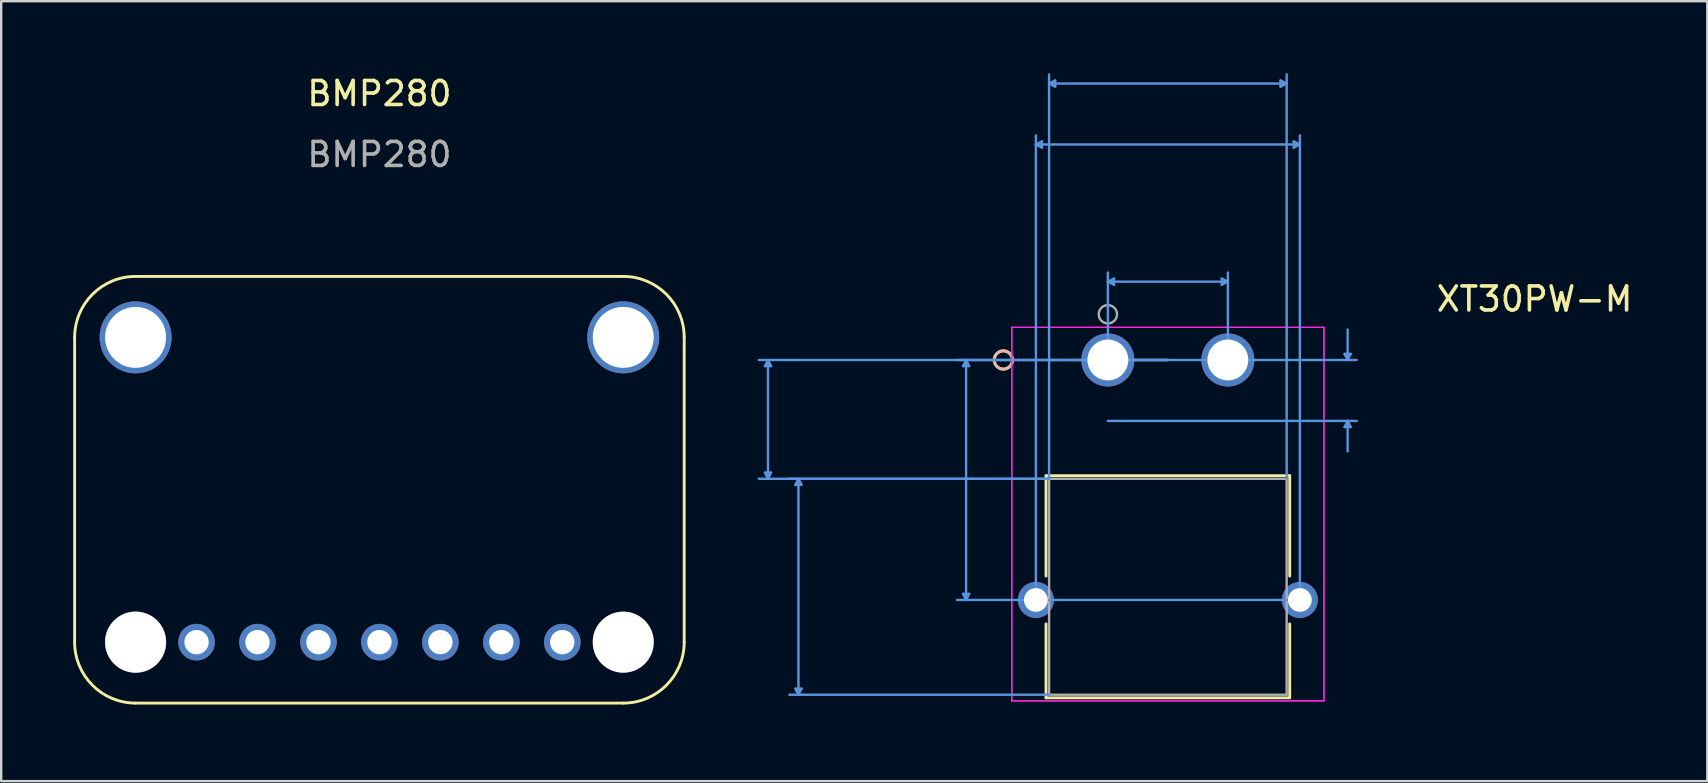
<source format=kicad_pcb>
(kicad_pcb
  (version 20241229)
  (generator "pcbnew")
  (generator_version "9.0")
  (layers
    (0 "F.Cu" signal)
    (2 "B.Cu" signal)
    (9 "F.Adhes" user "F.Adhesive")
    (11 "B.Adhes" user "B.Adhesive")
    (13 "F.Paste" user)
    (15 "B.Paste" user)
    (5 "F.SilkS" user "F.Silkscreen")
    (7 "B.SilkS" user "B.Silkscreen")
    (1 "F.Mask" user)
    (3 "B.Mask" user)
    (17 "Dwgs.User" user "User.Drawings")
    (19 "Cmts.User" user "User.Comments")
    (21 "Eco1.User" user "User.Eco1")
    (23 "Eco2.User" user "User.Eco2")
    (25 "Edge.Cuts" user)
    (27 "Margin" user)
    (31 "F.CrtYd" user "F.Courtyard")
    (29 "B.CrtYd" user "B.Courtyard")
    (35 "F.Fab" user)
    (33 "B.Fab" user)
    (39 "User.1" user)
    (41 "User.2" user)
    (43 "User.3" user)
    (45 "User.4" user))
  (footprint "XT30PW-M"
    (layer "F.Cu")
    (at 43.114 11.95)
    (property "Reference" "XT30PW-M" (at 17.78 -2.54 0) (layer "F.SilkS") (effects (font (size 1 1) (thickness 0.15))))
    (attr through_hole)
    (fp_line (start -2.577 4.823) (end -2.577 9.004) (stroke (width 0.12) (type solid)) (layer "F.SilkS"))
    (fp_line (start -2.577 10.996) (end -2.577 14.077) (stroke (width 0.12) (type solid)) (layer "F.SilkS"))
    (fp_line (start -2.577 14.077) (end 7.577 14.077) (stroke (width 0.12) (type solid)) (layer "F.SilkS"))
    (fp_line (start 7.577 4.823) (end -2.577 4.823) (stroke (width 0.12) (type solid)) (layer "F.SilkS"))
    (fp_line (start 7.577 9.004) (end 7.577 4.823) (stroke (width 0.12) (type solid)) (layer "F.SilkS"))
    (fp_line (start 7.577 14.077) (end 7.577 10.996) (stroke (width 0.12) (type solid)) (layer "F.SilkS"))
    (fp_circle (center -4.355 0) (end -3.974 0) (stroke (width 0.12) (type solid)) (fill no) (layer "F.SilkS"))
    (fp_circle (center -4.355 0) (end -3.974 0) (stroke (width 0.12) (type solid)) (fill no) (layer "B.SilkS"))
    (fp_line (start -14.29 0.254) (end -14.036 0.254) (stroke (width 0.1) (type solid)) (layer "Cmts.User"))
    (fp_line (start -14.29 4.696) (end -14.036 4.696) (stroke (width 0.1) (type solid)) (layer "Cmts.User"))
    (fp_line (start -14.163 0) (end -14.29 0.254) (stroke (width 0.1) (type solid)) (layer "Cmts.User"))
    (fp_line (start -14.163 0) (end -14.163 4.95) (stroke (width 0.1) (type solid)) (layer "Cmts.User"))
    (fp_line (start -14.163 0) (end -14.036 0.254) (stroke (width 0.1) (type solid)) (layer "Cmts.User"))
    (fp_line (start -14.163 4.95) (end -14.29 4.696) (stroke (width 0.1) (type solid)) (layer "Cmts.User"))
    (fp_line (start -14.163 4.95) (end -14.036 4.696) (stroke (width 0.1) (type solid)) (layer "Cmts.User"))
    (fp_line (start -13.02 5.204) (end -12.766 5.204) (stroke (width 0.1) (type solid)) (layer "Cmts.User"))
    (fp_line (start -13.02 13.696) (end -12.766 13.696) (stroke (width 0.1) (type solid)) (layer "Cmts.User"))
    (fp_line (start -12.893 4.95) (end -13.02 5.204) (stroke (width 0.1) (type solid)) (layer "Cmts.User"))
    (fp_line (start -12.893 4.95) (end -12.893 13.95) (stroke (width 0.1) (type solid)) (layer "Cmts.User"))
    (fp_line (start -12.893 4.95) (end -12.766 5.204) (stroke (width 0.1) (type solid)) (layer "Cmts.User"))
    (fp_line (start -12.893 13.95) (end -13.02 13.696) (stroke (width 0.1) (type solid)) (layer "Cmts.User"))
    (fp_line (start -12.893 13.95) (end -12.766 13.696) (stroke (width 0.1) (type solid)) (layer "Cmts.User"))
    (fp_line (start -6.035 0.254) (end -5.781 0.254) (stroke (width 0.1) (type solid)) (layer "Cmts.User"))
    (fp_line (start -6.035 9.746) (end -5.781 9.746) (stroke (width 0.1) (type solid)) (layer "Cmts.User"))
    (fp_line (start -5.908 0) (end -6.035 0.254) (stroke (width 0.1) (type solid)) (layer "Cmts.User"))
    (fp_line (start -5.908 0) (end -5.908 10) (stroke (width 0.1) (type solid)) (layer "Cmts.User"))
    (fp_line (start -5.908 0) (end -5.781 0.254) (stroke (width 0.1) (type solid)) (layer "Cmts.User"))
    (fp_line (start -5.908 10) (end -6.035 9.746) (stroke (width 0.1) (type solid)) (layer "Cmts.User"))
    (fp_line (start -5.908 10) (end -5.781 9.746) (stroke (width 0.1) (type solid)) (layer "Cmts.User"))
    (fp_line (start -3 -8.979) (end -2.746 -9.106) (stroke (width 0.1) (type solid)) (layer "Cmts.User"))
    (fp_line (start -3 -8.979) (end -2.746 -8.852) (stroke (width 0.1) (type solid)) (layer "Cmts.User"))
    (fp_line (start -3 -8.979) (end 8 -8.979) (stroke (width 0.1) (type solid)) (layer "Cmts.User"))
    (fp_line (start -3 10) (end -3 -9.36) (stroke (width 0.1) (type solid)) (layer "Cmts.User"))
    (fp_line (start -2.746 -9.106) (end -2.746 -8.852) (stroke (width 0.1) (type solid)) (layer "Cmts.User"))
    (fp_line (start -2.45 -11.519) (end -2.196 -11.646) (stroke (width 0.1) (type solid)) (layer "Cmts.User"))
    (fp_line (start -2.45 -11.519) (end -2.196 -11.392) (stroke (width 0.1) (type solid)) (layer "Cmts.User"))
    (fp_line (start -2.45 -11.519) (end 7.45 -11.519) (stroke (width 0.1) (type solid)) (layer "Cmts.User"))
    (fp_line (start -2.45 4.95) (end -14.544 4.95) (stroke (width 0.1) (type solid)) (layer "Cmts.User"))
    (fp_line (start -2.45 4.95) (end -13.274 4.95) (stroke (width 0.1) (type solid)) (layer "Cmts.User"))
    (fp_line (start -2.45 4.95) (end -2.45 -11.9) (stroke (width 0.1) (type solid)) (layer "Cmts.User"))
    (fp_line (start -2.45 13.95) (end -13.274 13.95) (stroke (width 0.1) (type solid)) (layer "Cmts.User"))
    (fp_line (start -2.196 -11.646) (end -2.196 -11.392) (stroke (width 0.1) (type solid)) (layer "Cmts.User"))
    (fp_line (start 0 -3.264) (end 0.254 -3.391) (stroke (width 0.1) (type solid)) (layer "Cmts.User"))
    (fp_line (start 0 -3.264) (end 0.254 -3.137) (stroke (width 0.1) (type solid)) (layer "Cmts.User"))
    (fp_line (start 0 -3.264) (end 5 -3.264) (stroke (width 0.1) (type solid)) (layer "Cmts.User"))
    (fp_line (start 0 0) (end 0 -3.645) (stroke (width 0.1) (type solid)) (layer "Cmts.User"))
    (fp_line (start 0 0) (end 10.371 0) (stroke (width 0.1) (type solid)) (layer "Cmts.User"))
    (fp_line (start 0 2.54) (end 10.371 2.54) (stroke (width 0.1) (type solid)) (layer "Cmts.User"))
    (fp_line (start 0.254 -3.391) (end 0.254 -3.137) (stroke (width 0.1) (type solid)) (layer "Cmts.User"))
    (fp_line (start 2.5 0) (end -14.544 0) (stroke (width 0.1) (type solid)) (layer "Cmts.User"))
    (fp_line (start 2.5 0) (end -6.289 0) (stroke (width 0.1) (type solid)) (layer "Cmts.User"))
    (fp_line (start 4.746 -3.391) (end 4.746 -3.137) (stroke (width 0.1) (type solid)) (layer "Cmts.User"))
    (fp_line (start 5 -3.264) (end 4.746 -3.391) (stroke (width 0.1) (type solid)) (layer "Cmts.User"))
    (fp_line (start 5 -3.264) (end 4.746 -3.137) (stroke (width 0.1) (type solid)) (layer "Cmts.User"))
    (fp_line (start 5 0) (end 5 -3.645) (stroke (width 0.1) (type solid)) (layer "Cmts.User"))
    (fp_line (start 7.196 -11.646) (end 7.196 -11.392) (stroke (width 0.1) (type solid)) (layer "Cmts.User"))
    (fp_line (start 7.45 -11.519) (end 7.196 -11.646) (stroke (width 0.1) (type solid)) (layer "Cmts.User"))
    (fp_line (start 7.45 -11.519) (end 7.196 -11.392) (stroke (width 0.1) (type solid)) (layer "Cmts.User"))
    (fp_line (start 7.45 4.95) (end 7.45 -11.9) (stroke (width 0.1) (type solid)) (layer "Cmts.User"))
    (fp_line (start 7.746 -9.106) (end 7.746 -8.852) (stroke (width 0.1) (type solid)) (layer "Cmts.User"))
    (fp_line (start 8 -8.979) (end 7.746 -9.106) (stroke (width 0.1) (type solid)) (layer "Cmts.User"))
    (fp_line (start 8 -8.979) (end 7.746 -8.852) (stroke (width 0.1) (type solid)) (layer "Cmts.User"))
    (fp_line (start 8 10) (end -6.289 10) (stroke (width 0.1) (type solid)) (layer "Cmts.User"))
    (fp_line (start 8 10) (end 8 -9.36) (stroke (width 0.1) (type solid)) (layer "Cmts.User"))
    (fp_line (start 9.863 -0.254) (end 10.117 -0.254) (stroke (width 0.1) (type solid)) (layer "Cmts.User"))
    (fp_line (start 9.863 2.794) (end 10.117 2.794) (stroke (width 0.1) (type solid)) (layer "Cmts.User"))
    (fp_line (start 9.99 0) (end 9.863 -0.254) (stroke (width 0.1) (type solid)) (layer "Cmts.User"))
    (fp_line (start 9.99 0) (end 9.99 -1.27) (stroke (width 0.1) (type solid)) (layer "Cmts.User"))
    (fp_line (start 9.99 0) (end 10.117 -0.254) (stroke (width 0.1) (type solid)) (layer "Cmts.User"))
    (fp_line (start 9.99 2.54) (end 9.863 2.794) (stroke (width 0.1) (type solid)) (layer "Cmts.User"))
    (fp_line (start 9.99 2.54) (end 9.99 3.81) (stroke (width 0.1) (type solid)) (layer "Cmts.User"))
    (fp_line (start 9.99 2.54) (end 10.117 2.794) (stroke (width 0.1) (type solid)) (layer "Cmts.User"))
    (fp_line (start -4.003 -1.359) (end -4.003 14.204) (stroke (width 0.05) (type solid)) (layer "F.CrtYd"))
    (fp_line (start -4.003 -1.359) (end -4.003 14.204) (stroke (width 0.05) (type solid)) (layer "F.CrtYd"))
    (fp_line (start -4.003 14.204) (end 9.003 14.204) (stroke (width 0.05) (type solid)) (layer "F.CrtYd"))
    (fp_line (start -4.003 14.204) (end 9.003 14.204) (stroke (width 0.05) (type solid)) (layer "F.CrtYd"))
    (fp_line (start 9.003 -1.359) (end -4.003 -1.359) (stroke (width 0.05) (type solid)) (layer "F.CrtYd"))
    (fp_line (start 9.003 -1.359) (end -4.003 -1.359) (stroke (width 0.05) (type solid)) (layer "F.CrtYd"))
    (fp_line (start 9.003 14.204) (end 9.003 -1.359) (stroke (width 0.05) (type solid)) (layer "F.CrtYd"))
    (fp_line (start 9.003 14.204) (end 9.003 -1.359) (stroke (width 0.05) (type solid)) (layer "F.CrtYd"))
    (fp_line (start -2.45 4.95) (end -2.45 13.95) (stroke (width 0.1) (type solid)) (layer "F.Fab"))
    (fp_line (start -2.45 13.95) (end 7.45 13.95) (stroke (width 0.1) (type solid)) (layer "F.Fab"))
    (fp_line (start 7.45 4.95) (end -2.45 4.95) (stroke (width 0.1) (type solid)) (layer "F.Fab"))
    (fp_line (start 7.45 13.95) (end 7.45 4.95) (stroke (width 0.1) (type solid)) (layer "F.Fab"))
    (fp_circle (center 0 -1.905) (end 0.381 -1.905) (stroke (width 0.1) (type solid)) (fill no) (layer "F.Fab"))
    (fp_text user "*" (at 0 0 0) (layer "F.SilkS") (effects (font (size 1 1) (thickness 0.15))))
    (fp_text user "Copyright 2021 Accelerated Designs. All rights reserved." (at 0 0 0) (layer "Cmts.User") (effects (font (size 0.127 0.127) (thickness 0.002))))
    (fp_text user "*" (at 0 0 0) (layer "F.Fab") (effects (font (size 1 1) (thickness 0.15))))
    (pad "1" thru_hole circle (at 0 0) (size 2.21 2.21) (drill 1.702) (layers "*.Cu" "*.Mask"))
    (pad "2" thru_hole circle (at 5 0) (size 2.21 2.21) (drill 1.702) (layers "*.Cu" "*.Mask"))
    (pad "3" thru_hole circle (at -3 10) (size 1.499 1.499) (drill 0.991) (layers "*.Cu" "*.Mask"))
    (pad "4" thru_hole circle (at 8 10) (size 1.499 1.499) (drill 0.991) (layers "*.Cu" "*.Mask")))
  (footprint "BMP280"
    (layer "F.Cu")
    (at 12.76 26.248)
    (property "Reference" "BMP280" (at 0 -25.4 0) (unlocked yes) (layer "F.SilkS") (effects (font (size 1 1) (thickness 0.15))))
    (attr through_hole)
    (fp_line (start -12.7 -2.54) (end -12.7 -15.24) (stroke (width 0.12) (type solid)) (layer "F.SilkS"))
    (fp_line (start -10.16 -17.78) (end 10.16 -17.78) (stroke (width 0.12) (type solid)) (layer "F.SilkS"))
    (fp_line (start 10.16 0) (end -10.16 0) (stroke (width 0.12) (type solid)) (layer "F.SilkS"))
    (fp_line (start 12.7 -15.24) (end 12.7 -2.54) (stroke (width 0.12) (type solid)) (layer "F.SilkS"))
    (fp_arc (start -12.7 -15.24) (mid -11.956051 -17.036051) (end -10.16 -17.78) (stroke (width 0.12) (type solid)) (layer "F.SilkS"))
    (fp_arc (start -10.16 0) (mid -11.956051 -0.743949) (end -12.7 -2.54) (stroke (width 0.12) (type solid)) (layer "F.SilkS"))
    (fp_arc (start 10.16 -17.78) (mid 11.956051 -17.036051) (end 12.7 -15.24) (stroke (width 0.12) (type solid)) (layer "F.SilkS"))
    (fp_arc (start 12.7 -2.54) (mid 11.956051 -0.743949) (end 10.16 0) (stroke (width 0.12) (type solid)) (layer "F.SilkS"))
    (fp_text user "${REFERENCE}" (at 0 -22.86 0) (unlocked yes) (layer "F.Fab") (effects (font (size 1 1) (thickness 0.15))))
    (pad "1" thru_hole circle (at -7.62 -2.54) (size 1.524 1.524) (drill 1.016) (layers "*.Cu" "*.Mask"))
    (pad "2" thru_hole circle (at -5.08 -2.54) (size 1.524 1.524) (drill 1.016) (layers "*.Cu" "*.Mask"))
    (pad "3" thru_hole circle (at -2.54 -2.54) (size 1.524 1.524) (drill 1.016) (layers "*.Cu" "*.Mask"))
    (pad "4" thru_hole circle (at 0 -2.54) (size 1.524 1.524) (drill 1.016) (layers "*.Cu" "*.Mask"))
    (pad "5" thru_hole circle (at 2.54 -2.54) (size 1.524 1.524) (drill 1.016) (layers "*.Cu" "*.Mask"))
    (pad "6" thru_hole circle (at 5.08 -2.54) (size 1.524 1.524) (drill 1.016) (layers "*.Cu" "*.Mask"))
    (pad "7" thru_hole circle (at 7.62 -2.54) (size 1.524 1.524) (drill 1.016) (layers "*.Cu" "*.Mask"))
    (pad "8" thru_hole circle (at 10.16 -15.24) (size 3 3) (drill 2.54) (layers "*.Cu" "*.Mask"))
    (pad "9" thru_hole circle (at -10.16 -15.24) (size 3 3) (drill 2.54) (layers "*.Cu" "*.Mask"))
    (pad "10" thru_hole circle (at -10.16 -2.54) (size 2.55 2.55) (drill 2.54) (layers "*.Cu" "*.Mask"))
    (pad "11" thru_hole circle (at 10.16 -2.54) (size 2.54 2.54) (drill 2.55) (layers "*.Cu" "*.Mask")))
  (gr_rect
    (start -3 -3)
    (end 68.091 29.498)
    (stroke (width 0.1) (type default))
    (fill no)
    (layer "Edge.Cuts")))
</source>
